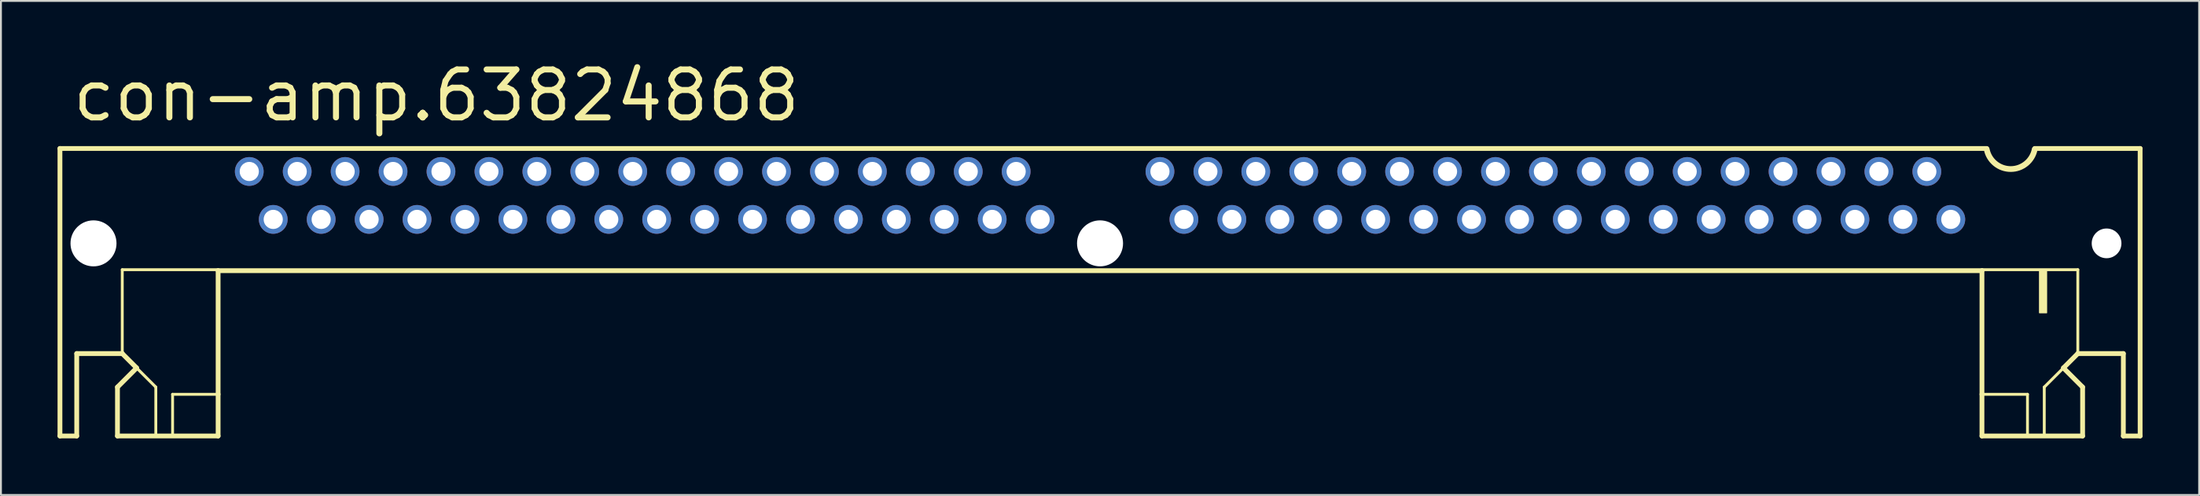
<source format=kicad_pcb>
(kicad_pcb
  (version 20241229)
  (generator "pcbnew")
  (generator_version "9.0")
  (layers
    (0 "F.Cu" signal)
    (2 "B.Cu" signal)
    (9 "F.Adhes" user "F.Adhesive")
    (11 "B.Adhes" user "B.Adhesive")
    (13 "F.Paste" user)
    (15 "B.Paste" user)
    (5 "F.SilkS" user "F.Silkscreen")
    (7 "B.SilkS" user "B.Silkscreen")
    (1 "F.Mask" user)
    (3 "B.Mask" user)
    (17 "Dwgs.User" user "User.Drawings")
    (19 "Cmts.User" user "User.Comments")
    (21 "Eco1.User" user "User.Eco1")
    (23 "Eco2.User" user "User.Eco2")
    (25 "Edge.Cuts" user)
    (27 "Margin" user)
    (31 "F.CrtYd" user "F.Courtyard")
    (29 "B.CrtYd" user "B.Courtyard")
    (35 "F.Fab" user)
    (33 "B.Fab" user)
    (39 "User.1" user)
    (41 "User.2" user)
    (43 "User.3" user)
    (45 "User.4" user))
  (footprint "con-amp.63824868"
    (layer "F.Cu")
    (at 55.245 7.31)
    (property "Reference" "con-amp.63824868" (at -54.61 -3.81 0) (layer "F.SilkS") (effects (font (size 2.54 2.54) (thickness 0.32)) (justify left bottom)))
    (attr through_hole)
    (fp_line (start -55.118 -2.489) (end 46.99 -2.489) (stroke (width 0.254) (type default)) (layer "F.SilkS"))
    (fp_line (start -55.118 12.751) (end -55.118 -2.489) (stroke (width 0.254) (type default)) (layer "F.SilkS"))
    (fp_line (start -54.229 8.382) (end -54.229 12.751) (stroke (width 0.254) (type default)) (layer "F.SilkS"))
    (fp_line (start -54.229 12.751) (end -55.118 12.751) (stroke (width 0.254) (type default)) (layer "F.SilkS"))
    (fp_line (start -52.07 10.16) (end -51.054 9.144) (stroke (width 0.254) (type default)) (layer "F.SilkS"))
    (fp_line (start -52.07 12.751) (end -52.07 10.16) (stroke (width 0.254) (type default)) (layer "F.SilkS"))
    (fp_line (start -51.816 3.937) (end -51.816 8.382) (stroke (width 0.152) (type default)) (layer "F.SilkS"))
    (fp_line (start -51.816 8.382) (end -54.229 8.382) (stroke (width 0.254) (type default)) (layer "F.SilkS"))
    (fp_line (start -51.054 9.144) (end -51.816 8.382) (stroke (width 0.254) (type default)) (layer "F.SilkS"))
    (fp_line (start -51.054 9.144) (end -50.038 10.16) (stroke (width 0.152) (type default)) (layer "F.SilkS"))
    (fp_line (start -50.038 10.16) (end -50.038 12.7) (stroke (width 0.152) (type default)) (layer "F.SilkS"))
    (fp_line (start -49.149 10.541) (end -49.149 12.7) (stroke (width 0.152) (type default)) (layer "F.SilkS"))
    (fp_line (start -49.149 10.541) (end -46.736 10.541) (stroke (width 0.152) (type default)) (layer "F.SilkS"))
    (fp_line (start -46.736 3.937) (end -51.816 3.937) (stroke (width 0.152) (type default)) (layer "F.SilkS"))
    (fp_line (start -46.736 3.988) (end -46.736 10.541) (stroke (width 0.254) (type default)) (layer "F.SilkS"))
    (fp_line (start -46.736 10.541) (end -46.736 12.751) (stroke (width 0.254) (type default)) (layer "F.SilkS"))
    (fp_line (start -46.736 12.751) (end -52.07 12.751) (stroke (width 0.254) (type default)) (layer "F.SilkS"))
    (fp_line (start 46.736 3.937) (end 51.816 3.937) (stroke (width 0.152) (type default)) (layer "F.SilkS"))
    (fp_line (start 46.736 3.988) (end -46.736 3.988) (stroke (width 0.254) (type default)) (layer "F.SilkS"))
    (fp_line (start 46.736 3.988) (end 46.736 10.541) (stroke (width 0.254) (type default)) (layer "F.SilkS"))
    (fp_line (start 46.736 10.541) (end 46.736 12.751) (stroke (width 0.254) (type default)) (layer "F.SilkS"))
    (fp_line (start 46.736 12.751) (end 52.07 12.751) (stroke (width 0.254) (type default)) (layer "F.SilkS"))
    (fp_line (start 49.149 10.541) (end 46.736 10.541) (stroke (width 0.152) (type default)) (layer "F.SilkS"))
    (fp_line (start 49.149 10.541) (end 49.149 12.7) (stroke (width 0.152) (type default)) (layer "F.SilkS"))
    (fp_line (start 49.53 -2.489) (end 55.118 -2.489) (stroke (width 0.254) (type default)) (layer "F.SilkS"))
    (fp_line (start 50.038 10.16) (end 50.038 12.7) (stroke (width 0.152) (type default)) (layer "F.SilkS"))
    (fp_line (start 51.054 9.144) (end 50.038 10.16) (stroke (width 0.152) (type default)) (layer "F.SilkS"))
    (fp_line (start 51.054 9.144) (end 51.816 8.382) (stroke (width 0.254) (type default)) (layer "F.SilkS"))
    (fp_line (start 51.816 3.937) (end 51.816 8.382) (stroke (width 0.152) (type default)) (layer "F.SilkS"))
    (fp_line (start 51.816 8.382) (end 54.229 8.382) (stroke (width 0.254) (type default)) (layer "F.SilkS"))
    (fp_line (start 52.07 10.16) (end 51.054 9.144) (stroke (width 0.254) (type default)) (layer "F.SilkS"))
    (fp_line (start 52.07 12.751) (end 52.07 10.16) (stroke (width 0.254) (type default)) (layer "F.SilkS"))
    (fp_line (start 54.229 8.382) (end 54.229 12.751) (stroke (width 0.254) (type default)) (layer "F.SilkS"))
    (fp_line (start 54.229 12.751) (end 55.118 12.751) (stroke (width 0.254) (type default)) (layer "F.SilkS"))
    (fp_line (start 55.118 12.751) (end 55.118 -2.489) (stroke (width 0.254) (type default)) (layer "F.SilkS"))
    (fp_rect (start 49.784 6.223) (end 50.165 3.937) (stroke (width 0.05) (type default)) (fill yes) (layer "F.SilkS"))
    (fp_arc (start 49.53 -2.44) (mid 48.26 -1.398849) (end 46.99 -2.44) (stroke (width 0.3048) (type default)) (layer "F.SilkS"))
    (pad "" np_thru_hole circle (at -53.34 2.54) (size 2.438 2.438) (drill 2.438) (layers "*.Cu" "*.Mask"))
    (pad "" np_thru_hole circle (at 0 2.54) (size 2.438 2.438) (drill 2.438) (layers "*.Cu" "*.Mask"))
    (pad "" np_thru_hole circle (at 53.34 2.54) (size 1.575 1.575) (drill 1.575) (layers "*.Cu" "*.Mask"))
    (pad "1" thru_hole circle (at 45.085 1.27) (size 1.524 1.524) (drill 1.016) (layers "*.Cu" "*.Mask"))
    (pad "2" thru_hole circle (at 43.815 -1.27) (size 1.524 1.524) (drill 1.016) (layers "*.Cu" "*.Mask"))
    (pad "3" thru_hole circle (at 42.545 1.27) (size 1.524 1.524) (drill 1.016) (layers "*.Cu" "*.Mask"))
    (pad "4" thru_hole circle (at 41.275 -1.27) (size 1.524 1.524) (drill 1.016) (layers "*.Cu" "*.Mask"))
    (pad "5" thru_hole circle (at 40.005 1.27) (size 1.524 1.524) (drill 1.016) (layers "*.Cu" "*.Mask"))
    (pad "6" thru_hole circle (at 38.735 -1.27) (size 1.524 1.524) (drill 1.016) (layers "*.Cu" "*.Mask"))
    (pad "7" thru_hole circle (at 37.465 1.27) (size 1.524 1.524) (drill 1.016) (layers "*.Cu" "*.Mask"))
    (pad "8" thru_hole circle (at 36.195 -1.27) (size 1.524 1.524) (drill 1.016) (layers "*.Cu" "*.Mask"))
    (pad "9" thru_hole circle (at 34.925 1.27) (size 1.524 1.524) (drill 1.016) (layers "*.Cu" "*.Mask"))
    (pad "10" thru_hole circle (at 33.655 -1.27) (size 1.524 1.524) (drill 1.016) (layers "*.Cu" "*.Mask"))
    (pad "11" thru_hole circle (at 32.385 1.27) (size 1.524 1.524) (drill 1.016) (layers "*.Cu" "*.Mask"))
    (pad "12" thru_hole circle (at 31.115 -1.27) (size 1.524 1.524) (drill 1.016) (layers "*.Cu" "*.Mask"))
    (pad "13" thru_hole circle (at 29.845 1.27) (size 1.524 1.524) (drill 1.016) (layers "*.Cu" "*.Mask"))
    (pad "14" thru_hole circle (at 28.575 -1.27) (size 1.524 1.524) (drill 1.016) (layers "*.Cu" "*.Mask"))
    (pad "15" thru_hole circle (at 27.305 1.27) (size 1.524 1.524) (drill 1.016) (layers "*.Cu" "*.Mask"))
    (pad "16" thru_hole circle (at 26.035 -1.27) (size 1.524 1.524) (drill 1.016) (layers "*.Cu" "*.Mask"))
    (pad "17" thru_hole circle (at 24.765 1.27) (size 1.524 1.524) (drill 1.016) (layers "*.Cu" "*.Mask"))
    (pad "18" thru_hole circle (at 23.495 -1.27) (size 1.524 1.524) (drill 1.016) (layers "*.Cu" "*.Mask"))
    (pad "19" thru_hole circle (at 22.225 1.27) (size 1.524 1.524) (drill 1.016) (layers "*.Cu" "*.Mask"))
    (pad "20" thru_hole circle (at 20.955 -1.27) (size 1.524 1.524) (drill 1.016) (layers "*.Cu" "*.Mask"))
    (pad "21" thru_hole circle (at 19.685 1.27) (size 1.524 1.524) (drill 1.016) (layers "*.Cu" "*.Mask"))
    (pad "22" thru_hole circle (at 18.415 -1.27) (size 1.524 1.524) (drill 1.016) (layers "*.Cu" "*.Mask"))
    (pad "23" thru_hole circle (at 17.145 1.27) (size 1.524 1.524) (drill 1.016) (layers "*.Cu" "*.Mask"))
    (pad "24" thru_hole circle (at 15.875 -1.27) (size 1.524 1.524) (drill 1.016) (layers "*.Cu" "*.Mask"))
    (pad "25" thru_hole circle (at 14.605 1.27) (size 1.524 1.524) (drill 1.016) (layers "*.Cu" "*.Mask"))
    (pad "26" thru_hole circle (at 13.335 -1.27) (size 1.524 1.524) (drill 1.016) (layers "*.Cu" "*.Mask"))
    (pad "27" thru_hole circle (at 12.065 1.27) (size 1.524 1.524) (drill 1.016) (layers "*.Cu" "*.Mask"))
    (pad "28" thru_hole circle (at 10.795 -1.27) (size 1.524 1.524) (drill 1.016) (layers "*.Cu" "*.Mask"))
    (pad "29" thru_hole circle (at 9.525 1.27) (size 1.524 1.524) (drill 1.016) (layers "*.Cu" "*.Mask"))
    (pad "30" thru_hole circle (at 8.255 -1.27) (size 1.524 1.524) (drill 1.016) (layers "*.Cu" "*.Mask"))
    (pad "31" thru_hole circle (at 6.985 1.27) (size 1.524 1.524) (drill 1.016) (layers "*.Cu" "*.Mask"))
    (pad "32" thru_hole circle (at 5.715 -1.27) (size 1.524 1.524) (drill 1.016) (layers "*.Cu" "*.Mask"))
    (pad "33" thru_hole circle (at 4.445 1.27) (size 1.524 1.524) (drill 1.016) (layers "*.Cu" "*.Mask"))
    (pad "34" thru_hole circle (at 3.175 -1.27) (size 1.524 1.524) (drill 1.016) (layers "*.Cu" "*.Mask"))
    (pad "35" thru_hole circle (at -3.175 1.27) (size 1.524 1.524) (drill 1.016) (layers "*.Cu" "*.Mask"))
    (pad "36" thru_hole circle (at -4.445 -1.27) (size 1.524 1.524) (drill 1.016) (layers "*.Cu" "*.Mask"))
    (pad "37" thru_hole circle (at -5.715 1.27) (size 1.524 1.524) (drill 1.016) (layers "*.Cu" "*.Mask"))
    (pad "38" thru_hole circle (at -6.985 -1.27) (size 1.524 1.524) (drill 1.016) (layers "*.Cu" "*.Mask"))
    (pad "39" thru_hole circle (at -8.255 1.27) (size 1.524 1.524) (drill 1.016) (layers "*.Cu" "*.Mask"))
    (pad "40" thru_hole circle (at -9.525 -1.27) (size 1.524 1.524) (drill 1.016) (layers "*.Cu" "*.Mask"))
    (pad "41" thru_hole circle (at -10.795 1.27) (size 1.524 1.524) (drill 1.016) (layers "*.Cu" "*.Mask"))
    (pad "42" thru_hole circle (at -12.065 -1.27) (size 1.524 1.524) (drill 1.016) (layers "*.Cu" "*.Mask"))
    (pad "43" thru_hole circle (at -13.335 1.27) (size 1.524 1.524) (drill 1.016) (layers "*.Cu" "*.Mask"))
    (pad "44" thru_hole circle (at -14.605 -1.27) (size 1.524 1.524) (drill 1.016) (layers "*.Cu" "*.Mask"))
    (pad "45" thru_hole circle (at -15.875 1.27) (size 1.524 1.524) (drill 1.016) (layers "*.Cu" "*.Mask"))
    (pad "46" thru_hole circle (at -17.145 -1.27) (size 1.524 1.524) (drill 1.016) (layers "*.Cu" "*.Mask"))
    (pad "47" thru_hole circle (at -18.415 1.27) (size 1.524 1.524) (drill 1.016) (layers "*.Cu" "*.Mask"))
    (pad "48" thru_hole circle (at -19.685 -1.27) (size 1.524 1.524) (drill 1.016) (layers "*.Cu" "*.Mask"))
    (pad "49" thru_hole circle (at -20.955 1.27) (size 1.524 1.524) (drill 1.016) (layers "*.Cu" "*.Mask"))
    (pad "50" thru_hole circle (at -22.225 -1.27) (size 1.524 1.524) (drill 1.016) (layers "*.Cu" "*.Mask"))
    (pad "51" thru_hole circle (at -23.495 1.27) (size 1.524 1.524) (drill 1.016) (layers "*.Cu" "*.Mask"))
    (pad "52" thru_hole circle (at -24.765 -1.27) (size 1.524 1.524) (drill 1.016) (layers "*.Cu" "*.Mask"))
    (pad "53" thru_hole circle (at -26.035 1.27) (size 1.524 1.524) (drill 1.016) (layers "*.Cu" "*.Mask"))
    (pad "54" thru_hole circle (at -27.305 -1.27) (size 1.524 1.524) (drill 1.016) (layers "*.Cu" "*.Mask"))
    (pad "55" thru_hole circle (at -28.575 1.27) (size 1.524 1.524) (drill 1.016) (layers "*.Cu" "*.Mask"))
    (pad "56" thru_hole circle (at -29.845 -1.27) (size 1.524 1.524) (drill 1.016) (layers "*.Cu" "*.Mask"))
    (pad "57" thru_hole circle (at -31.115 1.27) (size 1.524 1.524) (drill 1.016) (layers "*.Cu" "*.Mask"))
    (pad "58" thru_hole circle (at -32.385 -1.27) (size 1.524 1.524) (drill 1.016) (layers "*.Cu" "*.Mask"))
    (pad "59" thru_hole circle (at -33.655 1.27) (size 1.524 1.524) (drill 1.016) (layers "*.Cu" "*.Mask"))
    (pad "60" thru_hole circle (at -34.925 -1.27) (size 1.524 1.524) (drill 1.016) (layers "*.Cu" "*.Mask"))
    (pad "61" thru_hole circle (at -36.195 1.27) (size 1.524 1.524) (drill 1.016) (layers "*.Cu" "*.Mask"))
    (pad "62" thru_hole circle (at -37.465 -1.27) (size 1.524 1.524) (drill 1.016) (layers "*.Cu" "*.Mask"))
    (pad "63" thru_hole circle (at -38.735 1.27) (size 1.524 1.524) (drill 1.016) (layers "*.Cu" "*.Mask"))
    (pad "64" thru_hole circle (at -40.005 -1.27) (size 1.524 1.524) (drill 1.016) (layers "*.Cu" "*.Mask"))
    (pad "65" thru_hole circle (at -41.275 1.27) (size 1.524 1.524) (drill 1.016) (layers "*.Cu" "*.Mask"))
    (pad "66" thru_hole circle (at -42.545 -1.27) (size 1.524 1.524) (drill 1.016) (layers "*.Cu" "*.Mask"))
    (pad "67" thru_hole circle (at -43.815 1.27) (size 1.524 1.524) (drill 1.016) (layers "*.Cu" "*.Mask"))
    (pad "68" thru_hole circle (at -45.085 -1.27) (size 1.524 1.524) (drill 1.016) (layers "*.Cu" "*.Mask")))
  (gr_rect
    (start -3 -3)
    (end 113.49 23.188)
    (stroke (width 0.1) (type default))
    (fill no)
    (layer "Edge.Cuts")))
</source>
